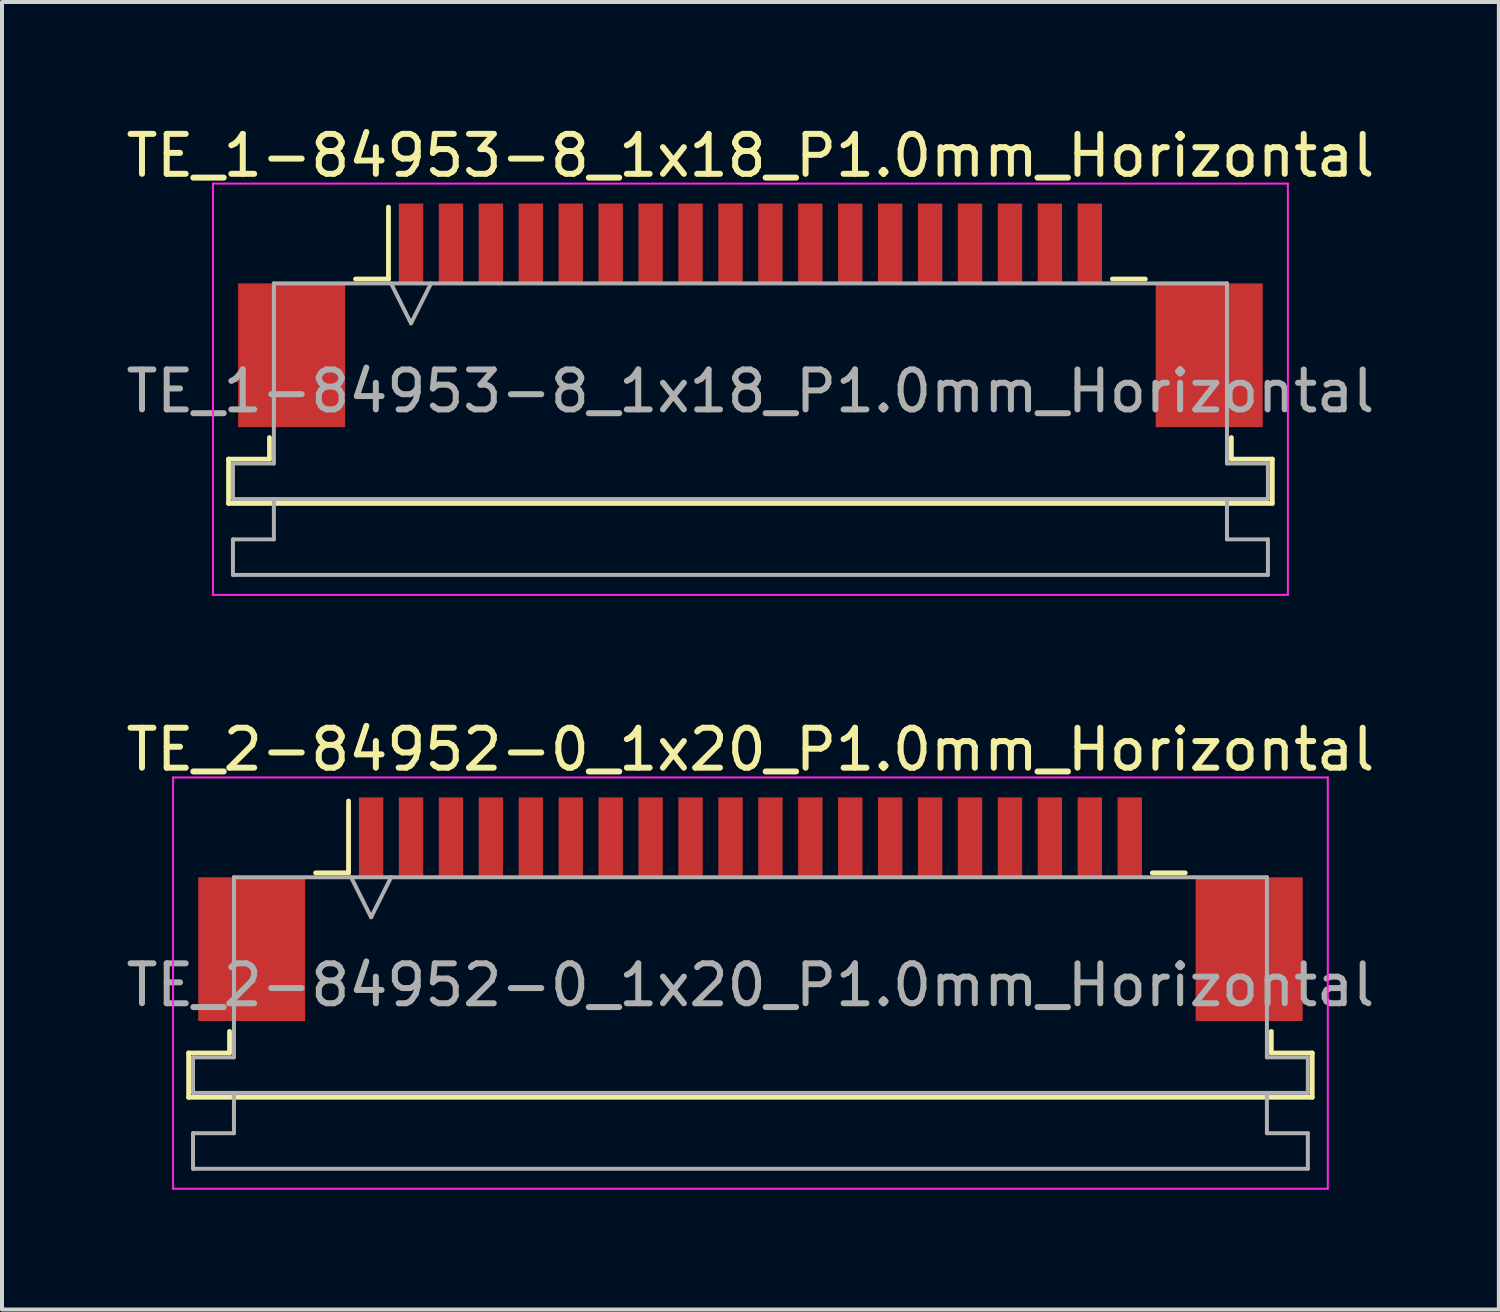
<source format=kicad_pcb>
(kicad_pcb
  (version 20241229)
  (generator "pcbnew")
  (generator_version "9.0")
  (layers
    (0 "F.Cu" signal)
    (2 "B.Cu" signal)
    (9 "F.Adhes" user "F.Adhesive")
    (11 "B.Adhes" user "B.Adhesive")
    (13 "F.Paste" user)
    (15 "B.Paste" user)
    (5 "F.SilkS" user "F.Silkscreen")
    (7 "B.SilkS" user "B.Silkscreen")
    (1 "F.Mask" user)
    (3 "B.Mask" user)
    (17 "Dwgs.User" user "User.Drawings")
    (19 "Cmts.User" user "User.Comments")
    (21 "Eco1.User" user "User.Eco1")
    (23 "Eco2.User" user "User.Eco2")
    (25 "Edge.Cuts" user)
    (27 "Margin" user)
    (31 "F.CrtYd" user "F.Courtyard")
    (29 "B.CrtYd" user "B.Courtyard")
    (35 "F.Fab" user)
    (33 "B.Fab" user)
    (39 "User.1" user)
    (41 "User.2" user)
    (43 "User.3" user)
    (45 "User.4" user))
  (footprint "TE_2-84952-0_1x20_P1.0mm_Horizontal"
    (layer "F.Cu")
    (at 15.744 19.721)
    (property "Reference" "TE_2-84952-0_1x20_P1.0mm_Horizontal" (at 0 -4 0) (layer "F.SilkS") (effects (font (size 1 1) (thickness 0.15))))
    (attr smd)
    (fp_line (start -14.07 3.6) (end -13.045 3.6) (stroke (width 0.12) (type solid)) (layer "F.SilkS"))
    (fp_line (start -14.07 4.71) (end -14.07 3.6) (stroke (width 0.12) (type solid)) (layer "F.SilkS"))
    (fp_line (start -13.045 3.6) (end -13.045 3.06) (stroke (width 0.12) (type solid)) (layer "F.SilkS"))
    (fp_line (start -10.89 -0.91) (end -10.065 -0.91) (stroke (width 0.12) (type solid)) (layer "F.SilkS"))
    (fp_line (start -10.065 -0.91) (end -10.065 -2.71) (stroke (width 0.12) (type solid)) (layer "F.SilkS"))
    (fp_line (start 10.065 -0.91) (end 10.89 -0.91) (stroke (width 0.12) (type solid)) (layer "F.SilkS"))
    (fp_line (start 13.045 3.06) (end 13.045 3.6) (stroke (width 0.12) (type solid)) (layer "F.SilkS"))
    (fp_line (start 13.045 3.6) (end 14.07 3.6) (stroke (width 0.12) (type solid)) (layer "F.SilkS"))
    (fp_line (start 14.07 3.6) (end 14.07 4.71) (stroke (width 0.12) (type solid)) (layer "F.SilkS"))
    (fp_line (start 14.07 4.71) (end -14.07 4.71) (stroke (width 0.12) (type solid)) (layer "F.SilkS"))
    (fp_line (start -14.46 -3.3) (end -14.46 7) (stroke (width 0.05) (type solid)) (layer "F.CrtYd"))
    (fp_line (start -14.46 7) (end 14.46 7) (stroke (width 0.05) (type solid)) (layer "F.CrtYd"))
    (fp_line (start 14.46 -3.3) (end -14.46 -3.3) (stroke (width 0.05) (type solid)) (layer "F.CrtYd"))
    (fp_line (start 14.46 7) (end 14.46 -3.3) (stroke (width 0.05) (type solid)) (layer "F.CrtYd"))
    (fp_line (start -13.96 3.71) (end -12.935 3.71) (stroke (width 0.1) (type solid)) (layer "F.Fab"))
    (fp_line (start -13.96 4.6) (end -13.96 3.71) (stroke (width 0.1) (type solid)) (layer "F.Fab"))
    (fp_line (start -13.96 5.61) (end -12.935 5.61) (stroke (width 0.1) (type solid)) (layer "F.Fab"))
    (fp_line (start -13.96 6.5) (end -13.96 5.61) (stroke (width 0.1) (type solid)) (layer "F.Fab"))
    (fp_line (start -12.935 -0.8) (end 12.935 -0.8) (stroke (width 0.1) (type solid)) (layer "F.Fab"))
    (fp_line (start -12.935 3.71) (end -12.935 -0.8) (stroke (width 0.1) (type solid)) (layer "F.Fab"))
    (fp_line (start -12.935 5.61) (end -12.935 4.6) (stroke (width 0.1) (type solid)) (layer "F.Fab"))
    (fp_line (start -10 -0.8) (end -9.5 0.2) (stroke (width 0.1) (type solid)) (layer "F.Fab"))
    (fp_line (start -9.5 0.2) (end -9 -0.8) (stroke (width 0.1) (type solid)) (layer "F.Fab"))
    (fp_line (start 12.935 -0.8) (end 12.935 3.71) (stroke (width 0.1) (type solid)) (layer "F.Fab"))
    (fp_line (start 12.935 3.71) (end 13.96 3.71) (stroke (width 0.1) (type solid)) (layer "F.Fab"))
    (fp_line (start 12.935 4.6) (end 12.935 5.61) (stroke (width 0.1) (type solid)) (layer "F.Fab"))
    (fp_line (start 12.935 5.61) (end 13.96 5.61) (stroke (width 0.1) (type solid)) (layer "F.Fab"))
    (fp_line (start 13.96 3.71) (end 13.96 4.6) (stroke (width 0.1) (type solid)) (layer "F.Fab"))
    (fp_line (start 13.96 4.6) (end -13.96 4.6) (stroke (width 0.1) (type solid)) (layer "F.Fab"))
    (fp_line (start 13.96 5.61) (end 13.96 6.5) (stroke (width 0.1) (type solid)) (layer "F.Fab"))
    (fp_line (start 13.96 6.5) (end -13.96 6.5) (stroke (width 0.1) (type solid)) (layer "F.Fab"))
    (fp_text user "${REFERENCE}" (at 0 1.9 0) (layer "F.Fab") (effects (font (size 1 1) (thickness 0.15))))
    (pad "" smd rect (at -12.49 1) (size 2.68 3.6) (layers "F.Cu" "F.Mask" "F.Paste"))
    (pad "" smd rect (at 12.49 1) (size 2.68 3.6) (layers "F.Cu" "F.Mask" "F.Paste"))
    (pad "1" smd rect (at -9.5 -1.8) (size 0.61 2) (layers "F.Cu" "F.Mask" "F.Paste"))
    (pad "2" smd rect (at -8.5 -1.8) (size 0.61 2) (layers "F.Cu" "F.Mask" "F.Paste"))
    (pad "3" smd rect (at -7.5 -1.8) (size 0.61 2) (layers "F.Cu" "F.Mask" "F.Paste"))
    (pad "4" smd rect (at -6.5 -1.8) (size 0.61 2) (layers "F.Cu" "F.Mask" "F.Paste"))
    (pad "5" smd rect (at -5.5 -1.8) (size 0.61 2) (layers "F.Cu" "F.Mask" "F.Paste"))
    (pad "6" smd rect (at -4.5 -1.8) (size 0.61 2) (layers "F.Cu" "F.Mask" "F.Paste"))
    (pad "7" smd rect (at -3.5 -1.8) (size 0.61 2) (layers "F.Cu" "F.Mask" "F.Paste"))
    (pad "8" smd rect (at -2.5 -1.8) (size 0.61 2) (layers "F.Cu" "F.Mask" "F.Paste"))
    (pad "9" smd rect (at -1.5 -1.8) (size 0.61 2) (layers "F.Cu" "F.Mask" "F.Paste"))
    (pad "10" smd rect (at -0.5 -1.8) (size 0.61 2) (layers "F.Cu" "F.Mask" "F.Paste"))
    (pad "11" smd rect (at 0.5 -1.8) (size 0.61 2) (layers "F.Cu" "F.Mask" "F.Paste"))
    (pad "12" smd rect (at 1.5 -1.8) (size 0.61 2) (layers "F.Cu" "F.Mask" "F.Paste"))
    (pad "13" smd rect (at 2.5 -1.8) (size 0.61 2) (layers "F.Cu" "F.Mask" "F.Paste"))
    (pad "14" smd rect (at 3.5 -1.8) (size 0.61 2) (layers "F.Cu" "F.Mask" "F.Paste"))
    (pad "15" smd rect (at 4.5 -1.8) (size 0.61 2) (layers "F.Cu" "F.Mask" "F.Paste"))
    (pad "16" smd rect (at 5.5 -1.8) (size 0.61 2) (layers "F.Cu" "F.Mask" "F.Paste"))
    (pad "17" smd rect (at 6.5 -1.8) (size 0.61 2) (layers "F.Cu" "F.Mask" "F.Paste"))
    (pad "18" smd rect (at 7.5 -1.8) (size 0.61 2) (layers "F.Cu" "F.Mask" "F.Paste"))
    (pad "19" smd rect (at 8.5 -1.8) (size 0.61 2) (layers "F.Cu" "F.Mask" "F.Paste"))
    (pad "20" smd rect (at 9.5 -1.8) (size 0.61 2) (layers "F.Cu" "F.Mask" "F.Paste")))
  (footprint "TE_1-84953-8_1x18_P1.0mm_Horizontal"
    (layer "F.Cu")
    (at 15.744 4.848)
    (property "Reference" "TE_1-84953-8_1x18_P1.0mm_Horizontal" (at 0 -4 0) (layer "F.SilkS") (effects (font (size 1 1) (thickness 0.15))))
    (attr smd)
    (fp_line (start -13.07 3.6) (end -12.045 3.6) (stroke (width 0.12) (type solid)) (layer "F.SilkS"))
    (fp_line (start -13.07 4.71) (end -13.07 3.6) (stroke (width 0.12) (type solid)) (layer "F.SilkS"))
    (fp_line (start -12.045 3.6) (end -12.045 3.06) (stroke (width 0.12) (type solid)) (layer "F.SilkS"))
    (fp_line (start -9.89 -0.91) (end -9.065 -0.91) (stroke (width 0.12) (type solid)) (layer "F.SilkS"))
    (fp_line (start -9.065 -0.91) (end -9.065 -2.71) (stroke (width 0.12) (type solid)) (layer "F.SilkS"))
    (fp_line (start 9.065 -0.91) (end 9.89 -0.91) (stroke (width 0.12) (type solid)) (layer "F.SilkS"))
    (fp_line (start 12.045 3.06) (end 12.045 3.6) (stroke (width 0.12) (type solid)) (layer "F.SilkS"))
    (fp_line (start 12.045 3.6) (end 13.07 3.6) (stroke (width 0.12) (type solid)) (layer "F.SilkS"))
    (fp_line (start 13.07 3.6) (end 13.07 4.71) (stroke (width 0.12) (type solid)) (layer "F.SilkS"))
    (fp_line (start 13.07 4.71) (end -13.07 4.71) (stroke (width 0.12) (type solid)) (layer "F.SilkS"))
    (fp_line (start -13.46 -3.3) (end -13.46 7) (stroke (width 0.05) (type solid)) (layer "F.CrtYd"))
    (fp_line (start -13.46 7) (end 13.46 7) (stroke (width 0.05) (type solid)) (layer "F.CrtYd"))
    (fp_line (start 13.46 -3.3) (end -13.46 -3.3) (stroke (width 0.05) (type solid)) (layer "F.CrtYd"))
    (fp_line (start 13.46 7) (end 13.46 -3.3) (stroke (width 0.05) (type solid)) (layer "F.CrtYd"))
    (fp_line (start -12.96 3.71) (end -11.935 3.71) (stroke (width 0.1) (type solid)) (layer "F.Fab"))
    (fp_line (start -12.96 4.6) (end -12.96 3.71) (stroke (width 0.1) (type solid)) (layer "F.Fab"))
    (fp_line (start -12.96 5.61) (end -11.935 5.61) (stroke (width 0.1) (type solid)) (layer "F.Fab"))
    (fp_line (start -12.96 6.5) (end -12.96 5.61) (stroke (width 0.1) (type solid)) (layer "F.Fab"))
    (fp_line (start -11.935 -0.8) (end 11.935 -0.8) (stroke (width 0.1) (type solid)) (layer "F.Fab"))
    (fp_line (start -11.935 3.71) (end -11.935 -0.8) (stroke (width 0.1) (type solid)) (layer "F.Fab"))
    (fp_line (start -11.935 5.61) (end -11.935 4.6) (stroke (width 0.1) (type solid)) (layer "F.Fab"))
    (fp_line (start -9 -0.8) (end -8.5 0.2) (stroke (width 0.1) (type solid)) (layer "F.Fab"))
    (fp_line (start -8.5 0.2) (end -8 -0.8) (stroke (width 0.1) (type solid)) (layer "F.Fab"))
    (fp_line (start 11.935 -0.8) (end 11.935 3.71) (stroke (width 0.1) (type solid)) (layer "F.Fab"))
    (fp_line (start 11.935 3.71) (end 12.96 3.71) (stroke (width 0.1) (type solid)) (layer "F.Fab"))
    (fp_line (start 11.935 4.6) (end 11.935 5.61) (stroke (width 0.1) (type solid)) (layer "F.Fab"))
    (fp_line (start 11.935 5.61) (end 12.96 5.61) (stroke (width 0.1) (type solid)) (layer "F.Fab"))
    (fp_line (start 12.96 3.71) (end 12.96 4.6) (stroke (width 0.1) (type solid)) (layer "F.Fab"))
    (fp_line (start 12.96 4.6) (end -12.96 4.6) (stroke (width 0.1) (type solid)) (layer "F.Fab"))
    (fp_line (start 12.96 5.61) (end 12.96 6.5) (stroke (width 0.1) (type solid)) (layer "F.Fab"))
    (fp_line (start 12.96 6.5) (end -12.96 6.5) (stroke (width 0.1) (type solid)) (layer "F.Fab"))
    (fp_text user "${REFERENCE}" (at 0 1.9 0) (layer "F.Fab") (effects (font (size 1 1) (thickness 0.15))))
    (pad "" smd rect (at -11.49 1) (size 2.68 3.6) (layers "F.Cu" "F.Mask" "F.Paste"))
    (pad "" smd rect (at 11.49 1) (size 2.68 3.6) (layers "F.Cu" "F.Mask" "F.Paste"))
    (pad "1" smd rect (at -8.5 -1.8) (size 0.61 2) (layers "F.Cu" "F.Mask" "F.Paste"))
    (pad "2" smd rect (at -7.5 -1.8) (size 0.61 2) (layers "F.Cu" "F.Mask" "F.Paste"))
    (pad "3" smd rect (at -6.5 -1.8) (size 0.61 2) (layers "F.Cu" "F.Mask" "F.Paste"))
    (pad "4" smd rect (at -5.5 -1.8) (size 0.61 2) (layers "F.Cu" "F.Mask" "F.Paste"))
    (pad "5" smd rect (at -4.5 -1.8) (size 0.61 2) (layers "F.Cu" "F.Mask" "F.Paste"))
    (pad "6" smd rect (at -3.5 -1.8) (size 0.61 2) (layers "F.Cu" "F.Mask" "F.Paste"))
    (pad "7" smd rect (at -2.5 -1.8) (size 0.61 2) (layers "F.Cu" "F.Mask" "F.Paste"))
    (pad "8" smd rect (at -1.5 -1.8) (size 0.61 2) (layers "F.Cu" "F.Mask" "F.Paste"))
    (pad "9" smd rect (at -0.5 -1.8) (size 0.61 2) (layers "F.Cu" "F.Mask" "F.Paste"))
    (pad "10" smd rect (at 0.5 -1.8) (size 0.61 2) (layers "F.Cu" "F.Mask" "F.Paste"))
    (pad "11" smd rect (at 1.5 -1.8) (size 0.61 2) (layers "F.Cu" "F.Mask" "F.Paste"))
    (pad "12" smd rect (at 2.5 -1.8) (size 0.61 2) (layers "F.Cu" "F.Mask" "F.Paste"))
    (pad "13" smd rect (at 3.5 -1.8) (size 0.61 2) (layers "F.Cu" "F.Mask" "F.Paste"))
    (pad "14" smd rect (at 4.5 -1.8) (size 0.61 2) (layers "F.Cu" "F.Mask" "F.Paste"))
    (pad "15" smd rect (at 5.5 -1.8) (size 0.61 2) (layers "F.Cu" "F.Mask" "F.Paste"))
    (pad "16" smd rect (at 6.5 -1.8) (size 0.61 2) (layers "F.Cu" "F.Mask" "F.Paste"))
    (pad "17" smd rect (at 7.5 -1.8) (size 0.61 2) (layers "F.Cu" "F.Mask" "F.Paste"))
    (pad "18" smd rect (at 8.5 -1.8) (size 0.61 2) (layers "F.Cu" "F.Mask" "F.Paste")))
  (gr_rect
    (start -3 -3)
    (end 34.488 29.747)
    (stroke (width 0.1) (type default))
    (fill no)
    (layer "Edge.Cuts")))
</source>
